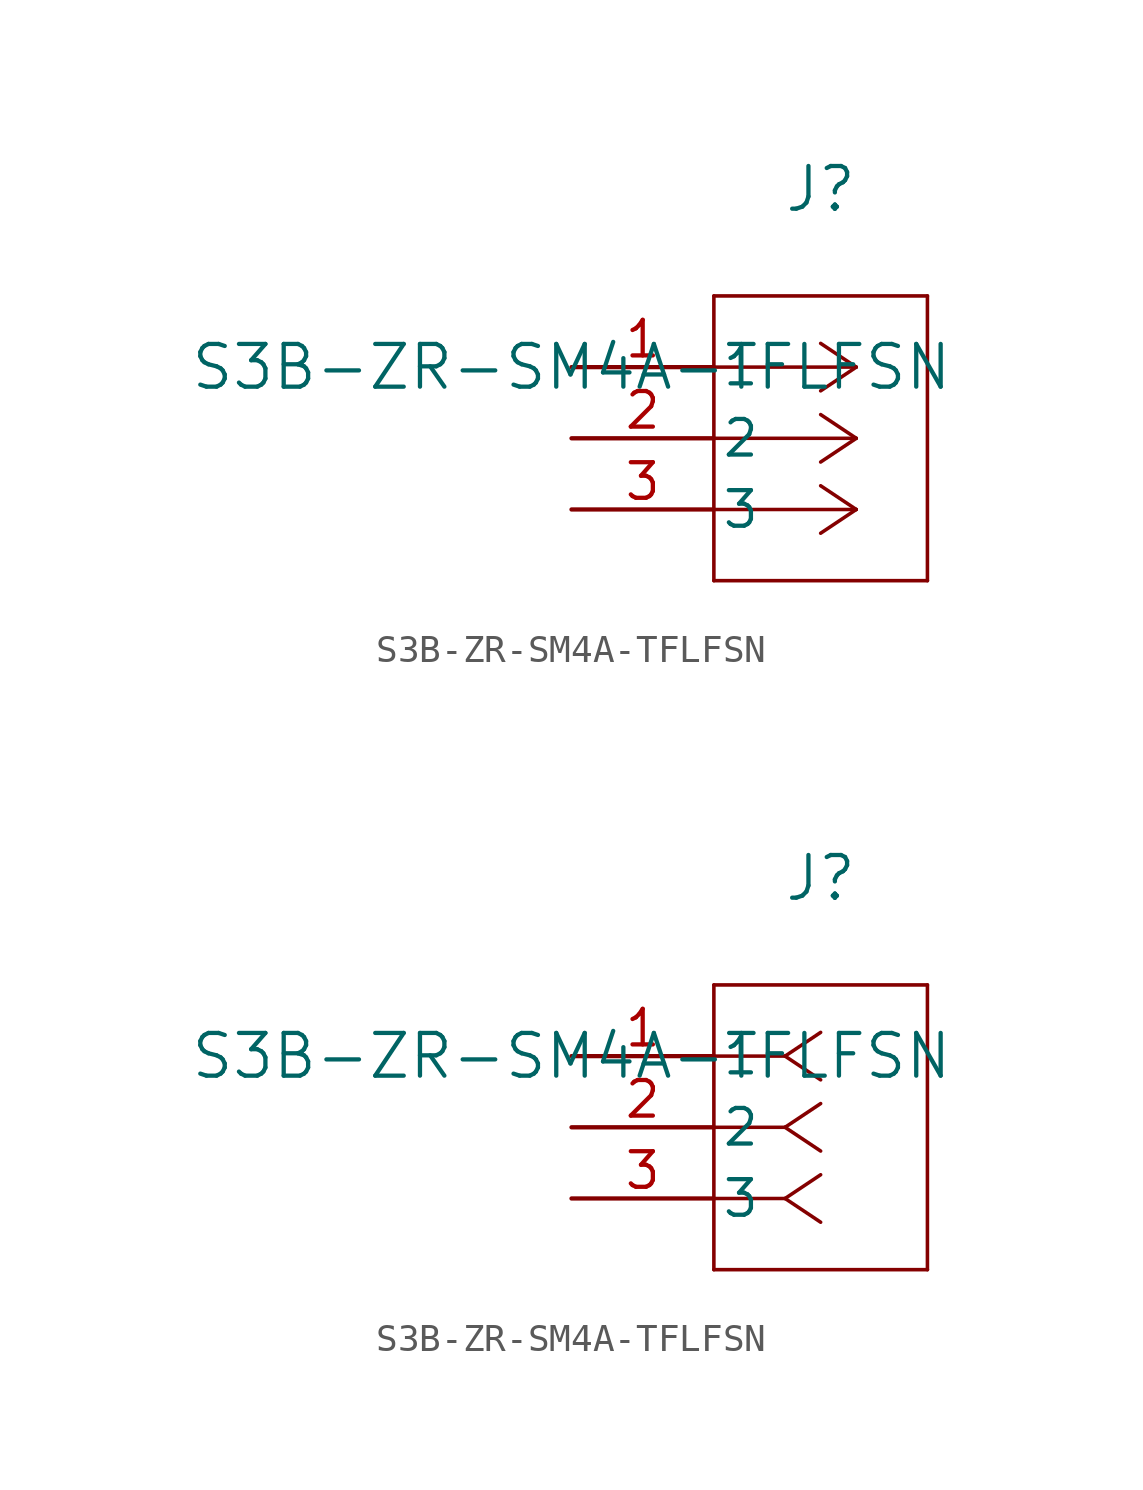
<source format=kicad_sym>
(kicad_symbol_lib
  (version 20211014)
  (generator kicad_symbol_editor)
  (symbol "S3B-ZR-SM4A-TFLFSN"
    (pin_names
      (offset 0.254))
    (property "Reference" "J"
      (at 8.89 6.35 0)
      (effects (font (size 1.524 1.524))))
    (property "Value" "S3B-ZR-SM4A-TFLFSN"
      (at 0 0 0)
      (effects (font (size 1.524 1.524))))
    (symbol "S3B-ZR-SM4A-TFLFSN_1_1"
      (polyline (pts (xy 10.16 0) (xy 5.08 0)) (stroke (width 0.127) (type default) (color 0 0 0 0)) (fill (type none)))
      (polyline (pts (xy 10.16 -2.54) (xy 5.08 -2.54)) (stroke (width 0.127) (type default) (color 0 0 0 0)) (fill (type none)))
      (polyline (pts (xy 10.16 -5.08) (xy 5.08 -5.08)) (stroke (width 0.127) (type default) (color 0 0 0 0)) (fill (type none)))
      (polyline (pts (xy 10.16 0) (xy 8.89 0.847)) (stroke (width 0.127) (type default) (color 0 0 0 0)) (fill (type none)))
      (polyline (pts (xy 10.16 -2.54) (xy 8.89 -1.693)) (stroke (width 0.127) (type default) (color 0 0 0 0)) (fill (type none)))
      (polyline (pts (xy 10.16 -5.08) (xy 8.89 -4.233)) (stroke (width 0.127) (type default) (color 0 0 0 0)) (fill (type none)))
      (polyline (pts (xy 10.16 0) (xy 8.89 -0.847)) (stroke (width 0.127) (type default) (color 0 0 0 0)) (fill (type none)))
      (polyline (pts (xy 10.16 -2.54) (xy 8.89 -3.387)) (stroke (width 0.127) (type default) (color 0 0 0 0)) (fill (type none)))
      (polyline (pts (xy 10.16 -5.08) (xy 8.89 -5.927)) (stroke (width 0.127) (type default) (color 0 0 0 0)) (fill (type none)))
      (polyline (pts (xy 5.08 2.54) (xy 5.08 -7.62)) (stroke (width 0.127) (type default) (color 0 0 0 0)) (fill (type none)))
      (polyline (pts (xy 5.08 -7.62) (xy 12.7 -7.62)) (stroke (width 0.127) (type default) (color 0 0 0 0)) (fill (type none)))
      (polyline (pts (xy 12.7 -7.62) (xy 12.7 2.54)) (stroke (width 0.127) (type default) (color 0 0 0 0)) (fill (type none)))
      (polyline (pts (xy 12.7 2.54) (xy 5.08 2.54)) (stroke (width 0.127) (type default) (color 0 0 0 0)) (fill (type none)))
      (pin unspecified line (at 0 0 0) (length 5.08) (name "1" (effects (font (size 1.27 1.27)))) (number "1" (effects (font (size 1.27 1.27)))))
      (pin unspecified line (at 0 -2.54 0) (length 5.08) (name "2" (effects (font (size 1.27 1.27)))) (number "2" (effects (font (size 1.27 1.27)))))
      (pin unspecified line (at 0 -5.08 0) (length 5.08) (name "3" (effects (font (size 1.27 1.27)))) (number "3" (effects (font (size 1.27 1.27))))))
    (symbol "S3B-ZR-SM4A-TFLFSN_1_2"
      (polyline (pts (xy 7.62 0) (xy 5.08 0)) (stroke (width 0.127) (type default) (color 0 0 0 0)) (fill (type none)))
      (polyline (pts (xy 7.62 -2.54) (xy 5.08 -2.54)) (stroke (width 0.127) (type default) (color 0 0 0 0)) (fill (type none)))
      (polyline (pts (xy 7.62 -5.08) (xy 5.08 -5.08)) (stroke (width 0.127) (type default) (color 0 0 0 0)) (fill (type none)))
      (polyline (pts (xy 7.62 0) (xy 8.89 0.847)) (stroke (width 0.127) (type default) (color 0 0 0 0)) (fill (type none)))
      (polyline (pts (xy 7.62 -2.54) (xy 8.89 -1.693)) (stroke (width 0.127) (type default) (color 0 0 0 0)) (fill (type none)))
      (polyline (pts (xy 7.62 -5.08) (xy 8.89 -4.233)) (stroke (width 0.127) (type default) (color 0 0 0 0)) (fill (type none)))
      (polyline (pts (xy 7.62 0) (xy 8.89 -0.847)) (stroke (width 0.127) (type default) (color 0 0 0 0)) (fill (type none)))
      (polyline (pts (xy 7.62 -2.54) (xy 8.89 -3.387)) (stroke (width 0.127) (type default) (color 0 0 0 0)) (fill (type none)))
      (polyline (pts (xy 7.62 -5.08) (xy 8.89 -5.927)) (stroke (width 0.127) (type default) (color 0 0 0 0)) (fill (type none)))
      (polyline (pts (xy 5.08 2.54) (xy 5.08 -7.62)) (stroke (width 0.127) (type default) (color 0 0 0 0)) (fill (type none)))
      (polyline (pts (xy 5.08 -7.62) (xy 12.7 -7.62)) (stroke (width 0.127) (type default) (color 0 0 0 0)) (fill (type none)))
      (polyline (pts (xy 12.7 -7.62) (xy 12.7 2.54)) (stroke (width 0.127) (type default) (color 0 0 0 0)) (fill (type none)))
      (polyline (pts (xy 12.7 2.54) (xy 5.08 2.54)) (stroke (width 0.127) (type default) (color 0 0 0 0)) (fill (type none)))
      (pin unspecified line (at 0 0 0) (length 5.08) (name "1" (effects (font (size 1.27 1.27)))) (number "1" (effects (font (size 1.27 1.27)))))
      (pin unspecified line (at 0 -2.54 0) (length 5.08) (name "2" (effects (font (size 1.27 1.27)))) (number "2" (effects (font (size 1.27 1.27)))))
      (pin unspecified line (at 0 -5.08 0) (length 5.08) (name "3" (effects (font (size 1.27 1.27)))) (number "3" (effects (font (size 1.27 1.27))))))))
</source>
